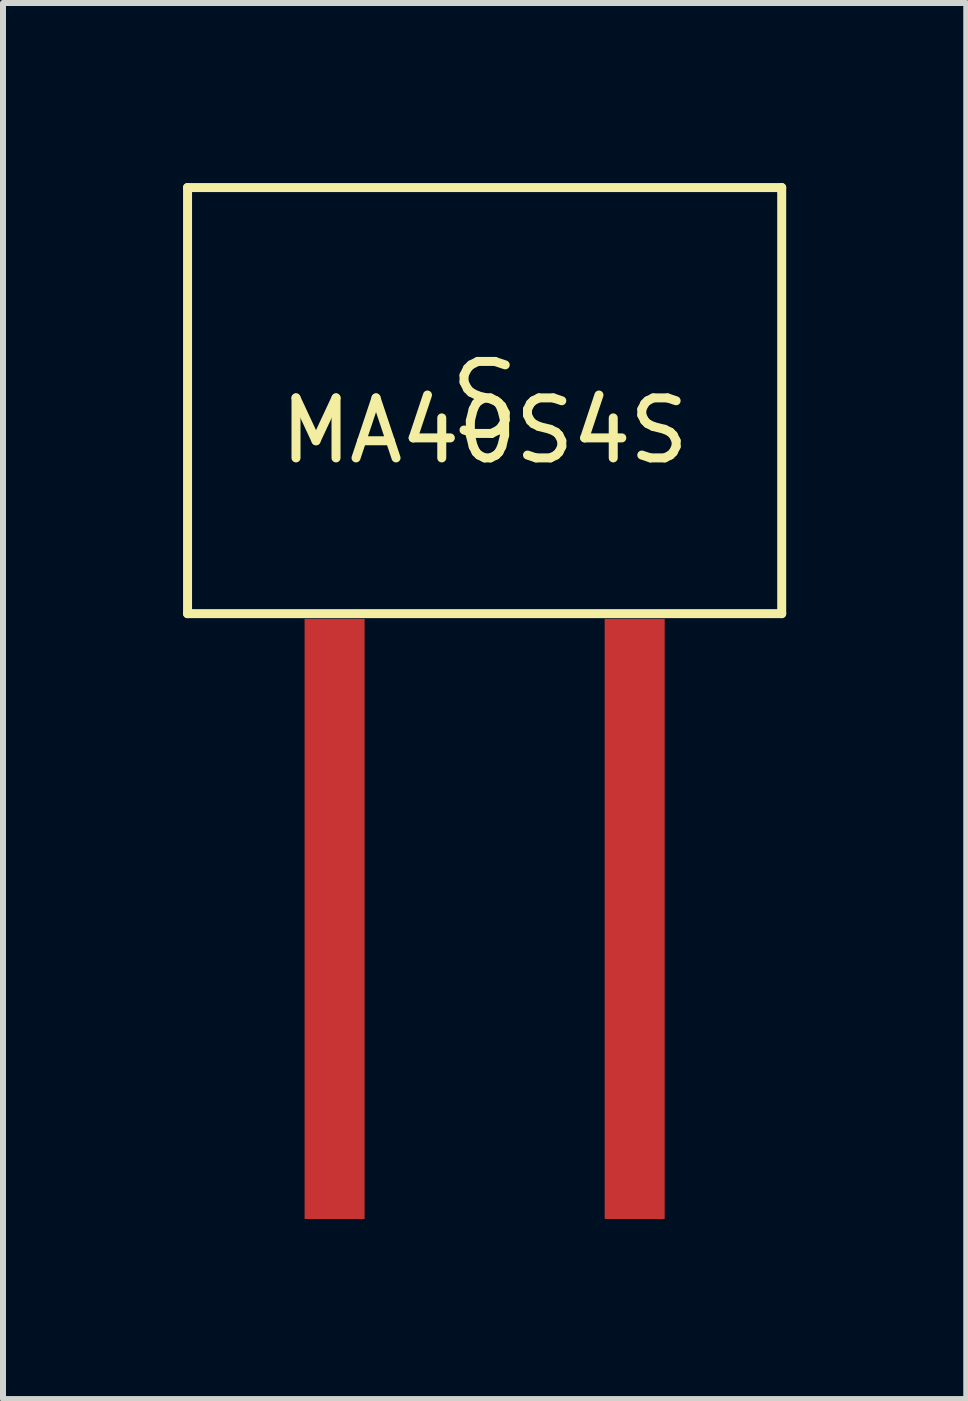
<source format=kicad_pcb>
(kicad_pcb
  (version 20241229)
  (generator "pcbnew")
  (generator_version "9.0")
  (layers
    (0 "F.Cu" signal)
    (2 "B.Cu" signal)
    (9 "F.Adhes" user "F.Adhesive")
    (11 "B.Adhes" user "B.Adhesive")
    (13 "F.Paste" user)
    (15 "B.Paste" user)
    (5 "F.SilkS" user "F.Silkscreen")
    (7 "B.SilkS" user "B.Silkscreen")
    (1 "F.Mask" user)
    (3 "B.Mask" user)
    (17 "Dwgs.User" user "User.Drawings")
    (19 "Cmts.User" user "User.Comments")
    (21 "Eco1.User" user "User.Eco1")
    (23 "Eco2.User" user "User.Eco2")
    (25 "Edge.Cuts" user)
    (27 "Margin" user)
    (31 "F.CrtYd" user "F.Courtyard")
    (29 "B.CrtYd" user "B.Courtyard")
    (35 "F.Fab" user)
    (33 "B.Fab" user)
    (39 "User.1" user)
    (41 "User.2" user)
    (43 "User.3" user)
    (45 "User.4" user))
  (footprint "MA40S4S"
    (layer "F.Cu")
    (at 5.025 12.261)
    (property "Reference" "MA40S4S" (at 0 -8.136 0) (layer "F.SilkS") (effects (font (size 1 1) (thickness 0.15))))
    (attr through_hole)
    (fp_line (start -4.95 -12.186) (end -4.95 -5.086) (stroke (width 0.15) (type solid)) (layer "F.SilkS"))
    (fp_line (start -4.95 -5.086) (end 4.95 -5.086) (stroke (width 0.15) (type solid)) (layer "F.SilkS"))
    (fp_line (start 4.95 -12.186) (end -4.95 -12.186) (stroke (width 0.15) (type solid)) (layer "F.SilkS"))
    (fp_line (start 4.95 -5.086) (end 4.95 -12.186) (stroke (width 0.15) (type solid)) (layer "F.SilkS"))
    (fp_text user "S" (at 0 -8.636 0) (layer "F.SilkS") (effects (font (size 1.2 1.2) (thickness 0.15))))
    (pad "1" smd rect (at -2.5 0) (size 1 10) (layers "F.Cu" "F.Mask" "F.Paste"))
    (pad "2" smd rect (at 2.5 0) (size 1 10) (layers "F.Cu" "F.Mask" "F.Paste")))
  (gr_rect
    (start -3 -3)
    (end 13.05 20.261)
    (stroke (width 0.1) (type default))
    (fill no)
    (layer "Edge.Cuts")))
</source>
